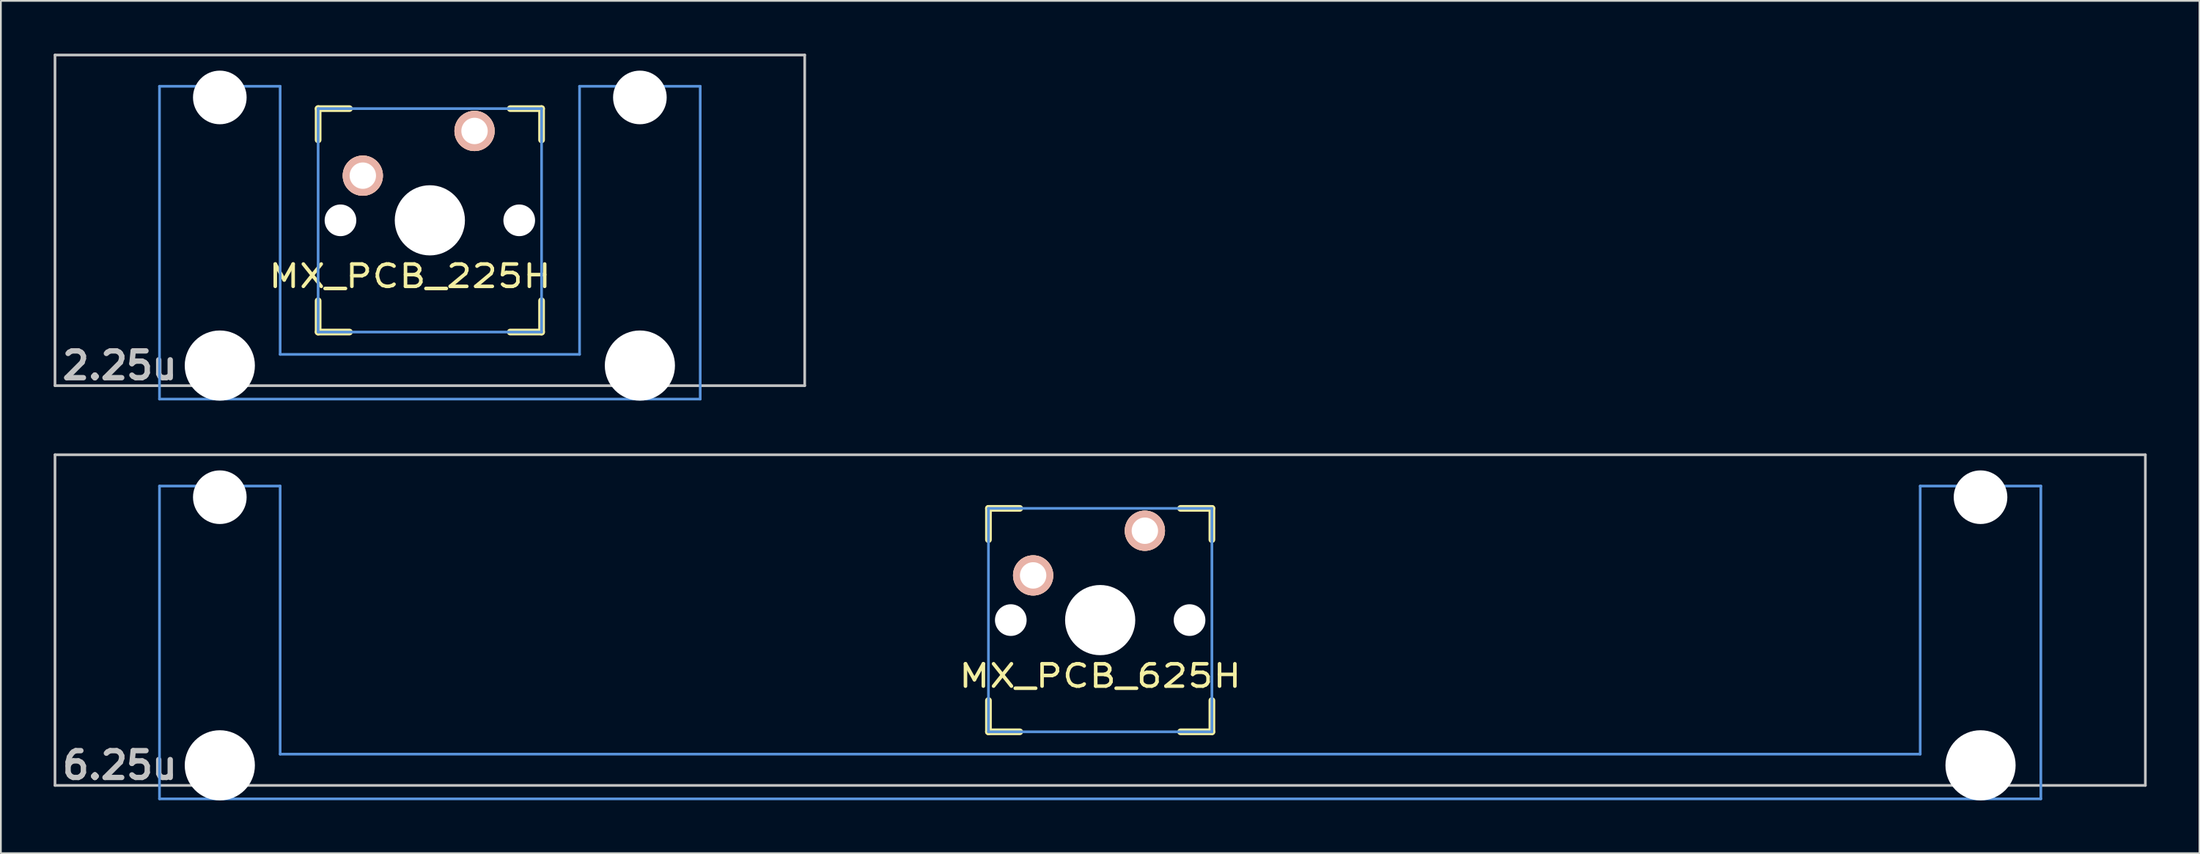
<source format=kicad_pcb>
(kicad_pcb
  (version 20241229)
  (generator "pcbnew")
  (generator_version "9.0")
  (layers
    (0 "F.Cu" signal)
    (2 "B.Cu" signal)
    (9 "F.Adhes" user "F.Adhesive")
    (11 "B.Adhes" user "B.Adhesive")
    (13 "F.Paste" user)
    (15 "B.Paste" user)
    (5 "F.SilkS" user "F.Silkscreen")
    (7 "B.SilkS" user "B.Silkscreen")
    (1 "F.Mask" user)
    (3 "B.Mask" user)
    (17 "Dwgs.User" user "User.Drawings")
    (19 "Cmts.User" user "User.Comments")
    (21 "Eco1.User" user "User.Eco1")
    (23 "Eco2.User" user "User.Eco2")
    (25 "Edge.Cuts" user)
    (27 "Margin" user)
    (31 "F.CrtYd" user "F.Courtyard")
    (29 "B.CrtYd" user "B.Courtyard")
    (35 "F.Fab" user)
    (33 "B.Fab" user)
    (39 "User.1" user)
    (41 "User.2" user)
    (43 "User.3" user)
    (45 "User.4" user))
  (footprint "MX_PCB_625H"
    (layer "F.Cu")
    (at 59.482 32.197)
    (property "Reference" "MX_PCB_625H" (at 0 3.175 0) (layer "F.SilkS") (effects (font (size 1.27 1.524) (thickness 0.203))))
    (attr through_hole)
    (fp_line (start -6.35 -6.35) (end -4.572 -6.35) (stroke (width 0.381) (type solid)) (layer "F.SilkS"))
    (fp_line (start -6.35 -4.572) (end -6.35 -6.35) (stroke (width 0.381) (type solid)) (layer "F.SilkS"))
    (fp_line (start -6.35 6.35) (end -6.35 4.572) (stroke (width 0.381) (type solid)) (layer "F.SilkS"))
    (fp_line (start -4.572 6.35) (end -6.35 6.35) (stroke (width 0.381) (type solid)) (layer "F.SilkS"))
    (fp_line (start 4.572 -6.35) (end 6.35 -6.35) (stroke (width 0.381) (type solid)) (layer "F.SilkS"))
    (fp_line (start 6.35 -6.35) (end 6.35 -4.572) (stroke (width 0.381) (type solid)) (layer "F.SilkS"))
    (fp_line (start 6.35 4.572) (end 6.35 6.35) (stroke (width 0.381) (type solid)) (layer "F.SilkS"))
    (fp_line (start 6.35 6.35) (end 4.572 6.35) (stroke (width 0.381) (type solid)) (layer "F.SilkS"))
    (fp_line (start -59.406 -9.398) (end 59.406 -9.398) (stroke (width 0.152) (type solid)) (layer "Dwgs.User"))
    (fp_line (start -59.406 9.398) (end -59.406 -9.398) (stroke (width 0.152) (type solid)) (layer "Dwgs.User"))
    (fp_line (start 59.406 -9.398) (end 59.406 9.398) (stroke (width 0.152) (type solid)) (layer "Dwgs.User"))
    (fp_line (start 59.406 9.398) (end -59.406 9.398) (stroke (width 0.152) (type solid)) (layer "Dwgs.User"))
    (fp_line (start -53.467 -7.62) (end -53.467 10.16) (stroke (width 0.152) (type solid)) (layer "Cmts.User"))
    (fp_line (start -53.467 10.16) (end 53.467 10.16) (stroke (width 0.152) (type solid)) (layer "Cmts.User"))
    (fp_line (start -46.609 -7.62) (end -53.467 -7.62) (stroke (width 0.152) (type solid)) (layer "Cmts.User"))
    (fp_line (start -46.609 7.62) (end -46.609 -7.62) (stroke (width 0.152) (type solid)) (layer "Cmts.User"))
    (fp_line (start -6.35 -6.35) (end 6.35 -6.35) (stroke (width 0.152) (type solid)) (layer "Cmts.User"))
    (fp_line (start -6.35 6.35) (end -6.35 -6.35) (stroke (width 0.152) (type solid)) (layer "Cmts.User"))
    (fp_line (start 6.35 -6.35) (end 6.35 6.35) (stroke (width 0.152) (type solid)) (layer "Cmts.User"))
    (fp_line (start 6.35 6.35) (end -6.35 6.35) (stroke (width 0.152) (type solid)) (layer "Cmts.User"))
    (fp_line (start 46.609 -7.62) (end 46.609 7.62) (stroke (width 0.152) (type solid)) (layer "Cmts.User"))
    (fp_line (start 46.609 7.62) (end -46.609 7.62) (stroke (width 0.152) (type solid)) (layer "Cmts.User"))
    (fp_line (start 53.467 -7.62) (end 46.609 -7.62) (stroke (width 0.152) (type solid)) (layer "Cmts.User"))
    (fp_line (start 53.467 10.16) (end 53.467 -7.62) (stroke (width 0.152) (type solid)) (layer "Cmts.User"))
    (fp_line (start -54.229 -2.286) (end -53.365 -2.286) (stroke (width 0.152) (type solid)) (layer "Eco2.User"))
    (fp_line (start -54.229 0.508) (end -54.229 -2.286) (stroke (width 0.152) (type solid)) (layer "Eco2.User"))
    (fp_line (start -53.365 -5.69) (end -46.711 -5.69) (stroke (width 0.152) (type solid)) (layer "Eco2.User"))
    (fp_line (start -53.365 -2.286) (end -53.365 -5.69) (stroke (width 0.152) (type solid)) (layer "Eco2.User"))
    (fp_line (start -53.365 0.508) (end -54.229 0.508) (stroke (width 0.152) (type solid)) (layer "Eco2.User"))
    (fp_line (start -53.365 6.604) (end -53.365 0.508) (stroke (width 0.152) (type solid)) (layer "Eco2.User"))
    (fp_line (start -52.324 6.604) (end -53.365 6.604) (stroke (width 0.152) (type solid)) (layer "Eco2.User"))
    (fp_line (start -52.324 7.772) (end -52.324 6.604) (stroke (width 0.152) (type solid)) (layer "Eco2.User"))
    (fp_line (start -47.752 6.604) (end -47.752 7.772) (stroke (width 0.152) (type solid)) (layer "Eco2.User"))
    (fp_line (start -47.752 7.772) (end -52.324 7.772) (stroke (width 0.152) (type solid)) (layer "Eco2.User"))
    (fp_line (start -46.711 -5.69) (end -46.711 -2.286) (stroke (width 0.152) (type solid)) (layer "Eco2.User"))
    (fp_line (start -46.711 -2.286) (end -6.985 -2.286) (stroke (width 0.152) (type solid)) (layer "Eco2.User"))
    (fp_line (start -46.711 2.286) (end -46.711 6.604) (stroke (width 0.152) (type solid)) (layer "Eco2.User"))
    (fp_line (start -46.711 6.604) (end -47.752 6.604) (stroke (width 0.152) (type solid)) (layer "Eco2.User"))
    (fp_line (start -6.985 -6.985) (end 6.985 -6.985) (stroke (width 0.152) (type solid)) (layer "Eco2.User"))
    (fp_line (start -6.985 -2.286) (end -6.985 -6.985) (stroke (width 0.152) (type solid)) (layer "Eco2.User"))
    (fp_line (start -6.985 2.286) (end -46.711 2.286) (stroke (width 0.152) (type solid)) (layer "Eco2.User"))
    (fp_line (start -6.985 6.985) (end -6.985 2.286) (stroke (width 0.152) (type solid)) (layer "Eco2.User"))
    (fp_line (start 6.985 -6.985) (end 6.985 -2.286) (stroke (width 0.152) (type solid)) (layer "Eco2.User"))
    (fp_line (start 6.985 -2.286) (end 46.711 -2.286) (stroke (width 0.152) (type solid)) (layer "Eco2.User"))
    (fp_line (start 6.985 2.286) (end 6.985 6.985) (stroke (width 0.152) (type solid)) (layer "Eco2.User"))
    (fp_line (start 6.985 6.985) (end -6.985 6.985) (stroke (width 0.152) (type solid)) (layer "Eco2.User"))
    (fp_line (start 46.711 -5.69) (end 53.365 -5.69) (stroke (width 0.152) (type solid)) (layer "Eco2.User"))
    (fp_line (start 46.711 -2.286) (end 46.711 -5.69) (stroke (width 0.152) (type solid)) (layer "Eco2.User"))
    (fp_line (start 46.711 2.286) (end 6.985 2.286) (stroke (width 0.152) (type solid)) (layer "Eco2.User"))
    (fp_line (start 46.711 6.604) (end 46.711 2.286) (stroke (width 0.152) (type solid)) (layer "Eco2.User"))
    (fp_line (start 47.752 6.604) (end 46.711 6.604) (stroke (width 0.152) (type solid)) (layer "Eco2.User"))
    (fp_line (start 47.752 7.772) (end 47.752 6.604) (stroke (width 0.152) (type solid)) (layer "Eco2.User"))
    (fp_line (start 52.324 6.604) (end 52.324 7.772) (stroke (width 0.152) (type solid)) (layer "Eco2.User"))
    (fp_line (start 52.324 7.772) (end 47.752 7.772) (stroke (width 0.152) (type solid)) (layer "Eco2.User"))
    (fp_line (start 53.365 -5.69) (end 53.365 -2.286) (stroke (width 0.152) (type solid)) (layer "Eco2.User"))
    (fp_line (start 53.365 -2.286) (end 54.229 -2.286) (stroke (width 0.152) (type solid)) (layer "Eco2.User"))
    (fp_line (start 53.365 0.508) (end 53.365 6.604) (stroke (width 0.152) (type solid)) (layer "Eco2.User"))
    (fp_line (start 53.365 6.604) (end 52.324 6.604) (stroke (width 0.152) (type solid)) (layer "Eco2.User"))
    (fp_line (start 54.229 -2.286) (end 54.229 0.508) (stroke (width 0.152) (type solid)) (layer "Eco2.User"))
    (fp_line (start 54.229 0.508) (end 53.365 0.508) (stroke (width 0.152) (type solid)) (layer "Eco2.User"))
    (fp_text user "6.25u" (at -55.723 8.255 0) (layer "Dwgs.User") (effects (font (size 1.524 1.524) (thickness 0.305))))
    (pad "" np_thru_hole circle (at -50.038 -6.985) (size 3.048 3.048) (drill 3.048) (layers "*.Cu"))
    (pad "" np_thru_hole circle (at -50.038 8.255) (size 3.988 3.988) (drill 3.988) (layers "*.Cu"))
    (pad "" np_thru_hole circle (at -5.08 0) (size 1.8 1.8) (drill 1.8) (layers "*.Cu"))
    (pad "" np_thru_hole circle (at 0 0) (size 3.988 3.988) (drill 3.988) (layers "*.Cu"))
    (pad "" np_thru_hole circle (at 5.08 0) (size 1.8 1.8) (drill 1.8) (layers "*.Cu"))
    (pad "" np_thru_hole circle (at 50.038 -6.985) (size 3.048 3.048) (drill 3.048) (layers "*.Cu"))
    (pad "" np_thru_hole circle (at 50.038 8.255) (size 3.988 3.988) (drill 3.988) (layers "*.Cu"))
    (pad "1" thru_hole circle (at 2.54 -5.08) (size 2.286 2.286) (drill 1.499) (layers "*.Cu" "*.SilkS" "*.Mask"))
    (pad "2" thru_hole circle (at -3.81 -2.54) (size 2.286 2.286) (drill 1.499) (layers "*.Cu" "*.SilkS" "*.Mask")))
  (footprint "MX_PCB_225H"
    (layer "F.Cu")
    (at 21.382 9.474)
    (property "Reference" "MX_PCB_225H" (at -1.13 3.175 0) (layer "F.SilkS") (effects (font (size 1.27 1.524) (thickness 0.203))))
    (attr through_hole)
    (fp_line (start -6.35 -6.35) (end -4.572 -6.35) (stroke (width 0.381) (type solid)) (layer "F.SilkS"))
    (fp_line (start -6.35 -4.572) (end -6.35 -6.35) (stroke (width 0.381) (type solid)) (layer "F.SilkS"))
    (fp_line (start -6.35 6.35) (end -6.35 4.572) (stroke (width 0.381) (type solid)) (layer "F.SilkS"))
    (fp_line (start -4.572 6.35) (end -6.35 6.35) (stroke (width 0.381) (type solid)) (layer "F.SilkS"))
    (fp_line (start 4.572 -6.35) (end 6.35 -6.35) (stroke (width 0.381) (type solid)) (layer "F.SilkS"))
    (fp_line (start 6.35 -6.35) (end 6.35 -4.572) (stroke (width 0.381) (type solid)) (layer "F.SilkS"))
    (fp_line (start 6.35 4.572) (end 6.35 6.35) (stroke (width 0.381) (type solid)) (layer "F.SilkS"))
    (fp_line (start 6.35 6.35) (end 4.572 6.35) (stroke (width 0.381) (type solid)) (layer "F.SilkS"))
    (fp_line (start -21.306 -9.398) (end 21.306 -9.398) (stroke (width 0.152) (type solid)) (layer "Dwgs.User"))
    (fp_line (start -21.306 9.398) (end -21.306 -9.398) (stroke (width 0.152) (type solid)) (layer "Dwgs.User"))
    (fp_line (start 21.306 -9.398) (end 21.306 9.398) (stroke (width 0.152) (type solid)) (layer "Dwgs.User"))
    (fp_line (start 21.306 9.398) (end -21.306 9.398) (stroke (width 0.152) (type solid)) (layer "Dwgs.User"))
    (fp_line (start -15.367 -7.62) (end -15.367 10.16) (stroke (width 0.152) (type solid)) (layer "Cmts.User"))
    (fp_line (start -15.367 10.16) (end 15.367 10.16) (stroke (width 0.152) (type solid)) (layer "Cmts.User"))
    (fp_line (start -8.509 -7.62) (end -15.367 -7.62) (stroke (width 0.152) (type solid)) (layer "Cmts.User"))
    (fp_line (start -8.509 7.62) (end -8.509 -7.62) (stroke (width 0.152) (type solid)) (layer "Cmts.User"))
    (fp_line (start -6.35 -6.35) (end 6.35 -6.35) (stroke (width 0.152) (type solid)) (layer "Cmts.User"))
    (fp_line (start -6.35 6.35) (end -6.35 -6.35) (stroke (width 0.152) (type solid)) (layer "Cmts.User"))
    (fp_line (start 6.35 -6.35) (end 6.35 6.35) (stroke (width 0.152) (type solid)) (layer "Cmts.User"))
    (fp_line (start 6.35 6.35) (end -6.35 6.35) (stroke (width 0.152) (type solid)) (layer "Cmts.User"))
    (fp_line (start 8.509 -7.62) (end 8.509 7.62) (stroke (width 0.152) (type solid)) (layer "Cmts.User"))
    (fp_line (start 8.509 7.62) (end -8.509 7.62) (stroke (width 0.152) (type solid)) (layer "Cmts.User"))
    (fp_line (start 15.367 -7.62) (end 8.509 -7.62) (stroke (width 0.152) (type solid)) (layer "Cmts.User"))
    (fp_line (start 15.367 10.16) (end 15.367 -7.62) (stroke (width 0.152) (type solid)) (layer "Cmts.User"))
    (fp_line (start -16.129 -2.286) (end -15.265 -2.286) (stroke (width 0.152) (type solid)) (layer "Eco2.User"))
    (fp_line (start -16.129 0.508) (end -16.129 -2.286) (stroke (width 0.152) (type solid)) (layer "Eco2.User"))
    (fp_line (start -15.265 -5.69) (end -8.611 -5.69) (stroke (width 0.152) (type solid)) (layer "Eco2.User"))
    (fp_line (start -15.265 -2.286) (end -15.265 -5.69) (stroke (width 0.152) (type solid)) (layer "Eco2.User"))
    (fp_line (start -15.265 0.508) (end -16.129 0.508) (stroke (width 0.152) (type solid)) (layer "Eco2.User"))
    (fp_line (start -15.265 6.604) (end -15.265 0.508) (stroke (width 0.152) (type solid)) (layer "Eco2.User"))
    (fp_line (start -14.224 6.604) (end -15.265 6.604) (stroke (width 0.152) (type solid)) (layer "Eco2.User"))
    (fp_line (start -14.224 7.772) (end -14.224 6.604) (stroke (width 0.152) (type solid)) (layer "Eco2.User"))
    (fp_line (start -9.652 6.604) (end -9.652 7.772) (stroke (width 0.152) (type solid)) (layer "Eco2.User"))
    (fp_line (start -9.652 7.772) (end -14.224 7.772) (stroke (width 0.152) (type solid)) (layer "Eco2.User"))
    (fp_line (start -8.611 -5.69) (end -8.611 -4.877) (stroke (width 0.152) (type solid)) (layer "Eco2.User"))
    (fp_line (start -8.611 -4.877) (end -6.985 -4.877) (stroke (width 0.152) (type solid)) (layer "Eco2.User"))
    (fp_line (start -8.611 5.817) (end -8.611 6.604) (stroke (width 0.152) (type solid)) (layer "Eco2.User"))
    (fp_line (start -8.611 6.604) (end -9.652 6.604) (stroke (width 0.152) (type solid)) (layer "Eco2.User"))
    (fp_line (start -6.985 -6.985) (end 6.985 -6.985) (stroke (width 0.152) (type solid)) (layer "Eco2.User"))
    (fp_line (start -6.985 -4.877) (end -6.985 -6.985) (stroke (width 0.152) (type solid)) (layer "Eco2.User"))
    (fp_line (start -6.985 5.817) (end -8.611 5.817) (stroke (width 0.152) (type solid)) (layer "Eco2.User"))
    (fp_line (start -6.985 6.985) (end -6.985 5.817) (stroke (width 0.152) (type solid)) (layer "Eco2.User"))
    (fp_line (start 6.985 -6.985) (end 6.985 -4.877) (stroke (width 0.152) (type solid)) (layer "Eco2.User"))
    (fp_line (start 6.985 -4.877) (end 8.611 -4.877) (stroke (width 0.152) (type solid)) (layer "Eco2.User"))
    (fp_line (start 6.985 5.817) (end 6.985 6.985) (stroke (width 0.152) (type solid)) (layer "Eco2.User"))
    (fp_line (start 6.985 6.985) (end -6.985 6.985) (stroke (width 0.152) (type solid)) (layer "Eco2.User"))
    (fp_line (start 8.611 -5.69) (end 15.265 -5.69) (stroke (width 0.152) (type solid)) (layer "Eco2.User"))
    (fp_line (start 8.611 -4.877) (end 8.611 -5.69) (stroke (width 0.152) (type solid)) (layer "Eco2.User"))
    (fp_line (start 8.611 5.817) (end 6.985 5.817) (stroke (width 0.152) (type solid)) (layer "Eco2.User"))
    (fp_line (start 8.611 6.604) (end 8.611 5.817) (stroke (width 0.152) (type solid)) (layer "Eco2.User"))
    (fp_line (start 9.652 6.604) (end 8.611 6.604) (stroke (width 0.152) (type solid)) (layer "Eco2.User"))
    (fp_line (start 9.652 7.772) (end 9.652 6.604) (stroke (width 0.152) (type solid)) (layer "Eco2.User"))
    (fp_line (start 14.224 6.604) (end 14.224 7.772) (stroke (width 0.152) (type solid)) (layer "Eco2.User"))
    (fp_line (start 14.224 7.772) (end 9.652 7.772) (stroke (width 0.152) (type solid)) (layer "Eco2.User"))
    (fp_line (start 15.265 -5.69) (end 15.265 -2.286) (stroke (width 0.152) (type solid)) (layer "Eco2.User"))
    (fp_line (start 15.265 -2.286) (end 16.129 -2.286) (stroke (width 0.152) (type solid)) (layer "Eco2.User"))
    (fp_line (start 15.265 0.508) (end 15.265 6.604) (stroke (width 0.152) (type solid)) (layer "Eco2.User"))
    (fp_line (start 15.265 6.604) (end 14.224 6.604) (stroke (width 0.152) (type solid)) (layer "Eco2.User"))
    (fp_line (start 16.129 -2.286) (end 16.129 0.508) (stroke (width 0.152) (type solid)) (layer "Eco2.User"))
    (fp_line (start 16.129 0.508) (end 15.265 0.508) (stroke (width 0.152) (type solid)) (layer "Eco2.User"))
    (fp_text user "2.25u" (at -17.623 8.255 0) (layer "Dwgs.User") (effects (font (size 1.524 1.524) (thickness 0.305))))
    (pad "" np_thru_hole circle (at -11.938 -6.985) (size 3.048 3.048) (drill 3.048) (layers "*.Cu"))
    (pad "" np_thru_hole circle (at -11.938 8.255) (size 3.988 3.988) (drill 3.988) (layers "*.Cu"))
    (pad "" np_thru_hole circle (at -5.08 0) (size 1.8 1.8) (drill 1.8) (layers "*.Cu"))
    (pad "" np_thru_hole circle (at 0 0) (size 3.988 3.988) (drill 3.988) (layers "*.Cu"))
    (pad "" np_thru_hole circle (at 5.08 0) (size 1.8 1.8) (drill 1.8) (layers "*.Cu"))
    (pad "" np_thru_hole circle (at 11.938 -6.985) (size 3.048 3.048) (drill 3.048) (layers "*.Cu"))
    (pad "" np_thru_hole circle (at 11.938 8.255) (size 3.988 3.988) (drill 3.988) (layers "*.Cu"))
    (pad "1" thru_hole circle (at 2.54 -5.08) (size 2.286 2.286) (drill 1.499) (layers "*.Cu" "*.SilkS" "*.Mask"))
    (pad "2" thru_hole circle (at -3.81 -2.54) (size 2.286 2.286) (drill 1.499) (layers "*.Cu" "*.SilkS" "*.Mask")))
  (gr_rect
    (start -3 -3)
    (end 121.963 45.446)
    (stroke (width 0.1) (type default))
    (fill no)
    (layer "Edge.Cuts")))
</source>
